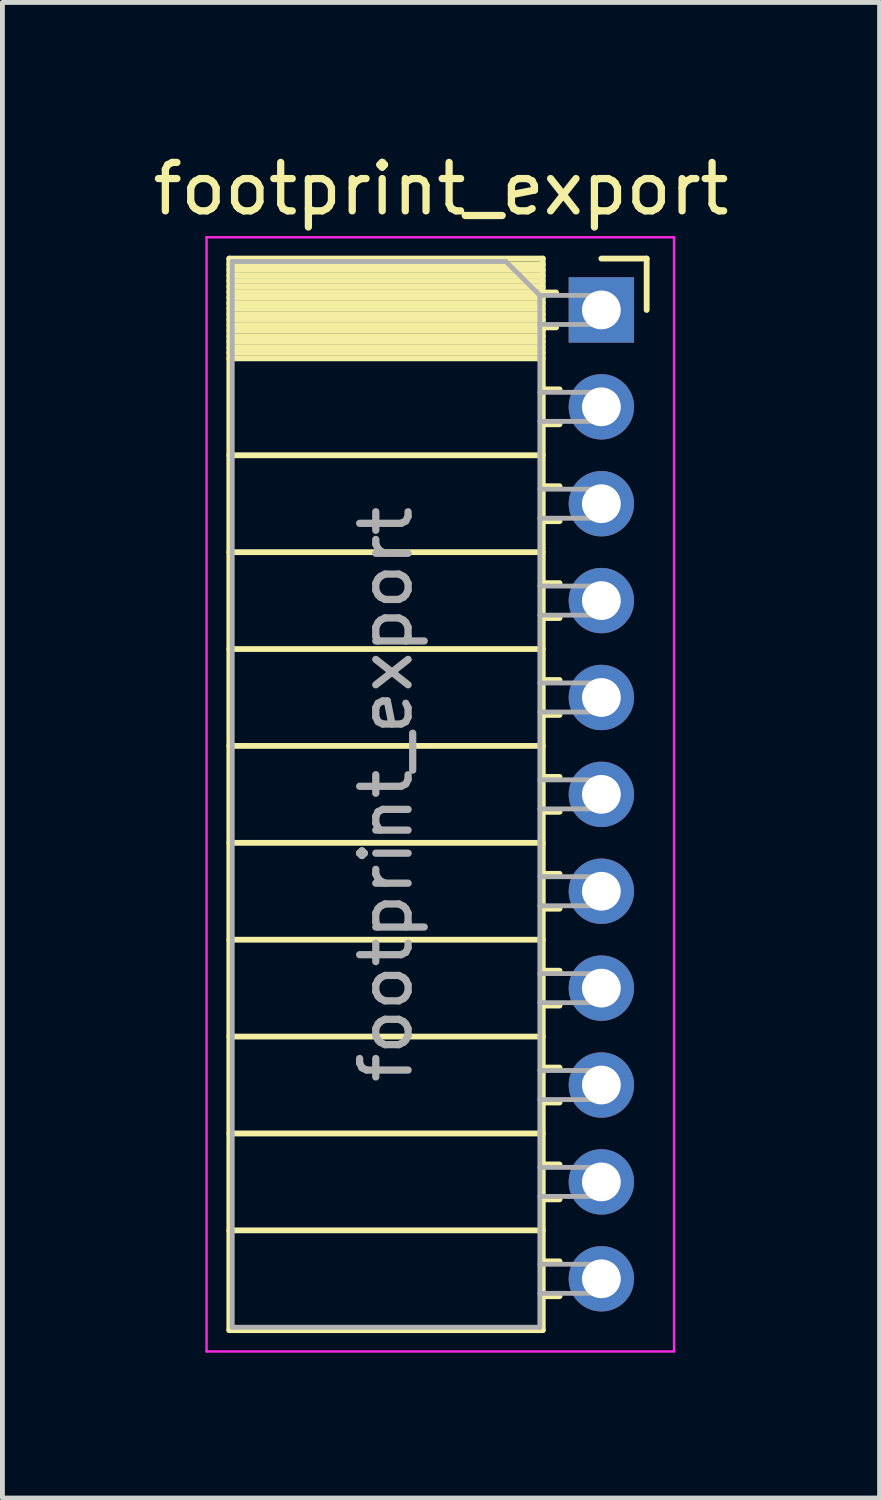
<source format=kicad_pcb>
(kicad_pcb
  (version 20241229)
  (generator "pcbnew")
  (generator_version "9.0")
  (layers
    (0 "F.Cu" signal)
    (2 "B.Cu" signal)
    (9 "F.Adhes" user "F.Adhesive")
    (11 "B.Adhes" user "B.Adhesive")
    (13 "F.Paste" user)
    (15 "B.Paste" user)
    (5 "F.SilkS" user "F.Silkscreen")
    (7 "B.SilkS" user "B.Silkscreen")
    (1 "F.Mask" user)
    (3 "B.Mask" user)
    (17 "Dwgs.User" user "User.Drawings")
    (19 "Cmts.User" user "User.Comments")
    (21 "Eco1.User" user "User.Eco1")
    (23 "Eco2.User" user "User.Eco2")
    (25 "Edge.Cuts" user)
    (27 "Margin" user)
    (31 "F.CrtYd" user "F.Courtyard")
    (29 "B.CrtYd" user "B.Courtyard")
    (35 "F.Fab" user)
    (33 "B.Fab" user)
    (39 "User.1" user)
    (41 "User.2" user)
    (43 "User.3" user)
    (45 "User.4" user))
  (footprint "footprint_export"
    (layer "F.Cu")
    (at 9.364 3.348)
    (property "Reference" "footprint_export" (at -3.31 -2.5 0) (layer "F.SilkS") (effects (font (size 1 1) (thickness 0.15))))
    (attr through_hole)
    (fp_line (start -7.68 -1.06) (end -7.68 21.06) (stroke (width 0.12) (type solid)) (layer "F.SilkS"))
    (fp_line (start -7.68 -1.06) (end -1.21 -1.06) (stroke (width 0.12) (type solid)) (layer "F.SilkS"))
    (fp_line (start -7.68 -0.94) (end -1.21 -0.94) (stroke (width 0.12) (type solid)) (layer "F.SilkS"))
    (fp_line (start -7.68 -0.826) (end -1.21 -0.826) (stroke (width 0.12) (type solid)) (layer "F.SilkS"))
    (fp_line (start -7.68 -0.712) (end -1.21 -0.712) (stroke (width 0.12) (type solid)) (layer "F.SilkS"))
    (fp_line (start -7.68 -0.598) (end -1.21 -0.598) (stroke (width 0.12) (type solid)) (layer "F.SilkS"))
    (fp_line (start -7.68 -0.484) (end -1.21 -0.484) (stroke (width 0.12) (type solid)) (layer "F.SilkS"))
    (fp_line (start -7.68 -0.369) (end -1.21 -0.369) (stroke (width 0.12) (type solid)) (layer "F.SilkS"))
    (fp_line (start -7.68 -0.255) (end -1.21 -0.255) (stroke (width 0.12) (type solid)) (layer "F.SilkS"))
    (fp_line (start -7.68 -0.141) (end -1.21 -0.141) (stroke (width 0.12) (type solid)) (layer "F.SilkS"))
    (fp_line (start -7.68 -0.027) (end -1.21 -0.027) (stroke (width 0.12) (type solid)) (layer "F.SilkS"))
    (fp_line (start -7.68 0.087) (end -1.21 0.087) (stroke (width 0.12) (type solid)) (layer "F.SilkS"))
    (fp_line (start -7.68 0.201) (end -1.21 0.201) (stroke (width 0.12) (type solid)) (layer "F.SilkS"))
    (fp_line (start -7.68 0.315) (end -1.21 0.315) (stroke (width 0.12) (type solid)) (layer "F.SilkS"))
    (fp_line (start -7.68 0.429) (end -1.21 0.429) (stroke (width 0.12) (type solid)) (layer "F.SilkS"))
    (fp_line (start -7.68 0.544) (end -1.21 0.544) (stroke (width 0.12) (type solid)) (layer "F.SilkS"))
    (fp_line (start -7.68 0.658) (end -1.21 0.658) (stroke (width 0.12) (type solid)) (layer "F.SilkS"))
    (fp_line (start -7.68 0.772) (end -1.21 0.772) (stroke (width 0.12) (type solid)) (layer "F.SilkS"))
    (fp_line (start -7.68 0.886) (end -1.21 0.886) (stroke (width 0.12) (type solid)) (layer "F.SilkS"))
    (fp_line (start -7.68 1) (end -1.21 1) (stroke (width 0.12) (type solid)) (layer "F.SilkS"))
    (fp_line (start -7.68 3) (end -1.21 3) (stroke (width 0.12) (type solid)) (layer "F.SilkS"))
    (fp_line (start -7.68 5) (end -1.21 5) (stroke (width 0.12) (type solid)) (layer "F.SilkS"))
    (fp_line (start -7.68 7) (end -1.21 7) (stroke (width 0.12) (type solid)) (layer "F.SilkS"))
    (fp_line (start -7.68 9) (end -1.21 9) (stroke (width 0.12) (type solid)) (layer "F.SilkS"))
    (fp_line (start -7.68 11) (end -1.21 11) (stroke (width 0.12) (type solid)) (layer "F.SilkS"))
    (fp_line (start -7.68 13) (end -1.21 13) (stroke (width 0.12) (type solid)) (layer "F.SilkS"))
    (fp_line (start -7.68 15) (end -1.21 15) (stroke (width 0.12) (type solid)) (layer "F.SilkS"))
    (fp_line (start -7.68 17) (end -1.21 17) (stroke (width 0.12) (type solid)) (layer "F.SilkS"))
    (fp_line (start -7.68 19) (end -1.21 19) (stroke (width 0.12) (type solid)) (layer "F.SilkS"))
    (fp_line (start -7.68 21.06) (end -1.21 21.06) (stroke (width 0.12) (type solid)) (layer "F.SilkS"))
    (fp_line (start -1.21 -1.06) (end -1.21 21.06) (stroke (width 0.12) (type solid)) (layer "F.SilkS"))
    (fp_line (start -1.21 -0.36) (end -0.935 -0.36) (stroke (width 0.12) (type solid)) (layer "F.SilkS"))
    (fp_line (start -1.21 0.36) (end -0.935 0.36) (stroke (width 0.12) (type solid)) (layer "F.SilkS"))
    (fp_line (start -1.21 1.64) (end -0.863 1.64) (stroke (width 0.12) (type solid)) (layer "F.SilkS"))
    (fp_line (start -1.21 2.36) (end -0.863 2.36) (stroke (width 0.12) (type solid)) (layer "F.SilkS"))
    (fp_line (start -1.21 3.64) (end -0.863 3.64) (stroke (width 0.12) (type solid)) (layer "F.SilkS"))
    (fp_line (start -1.21 4.36) (end -0.863 4.36) (stroke (width 0.12) (type solid)) (layer "F.SilkS"))
    (fp_line (start -1.21 5.64) (end -0.863 5.64) (stroke (width 0.12) (type solid)) (layer "F.SilkS"))
    (fp_line (start -1.21 6.36) (end -0.863 6.36) (stroke (width 0.12) (type solid)) (layer "F.SilkS"))
    (fp_line (start -1.21 7.64) (end -0.863 7.64) (stroke (width 0.12) (type solid)) (layer "F.SilkS"))
    (fp_line (start -1.21 8.36) (end -0.863 8.36) (stroke (width 0.12) (type solid)) (layer "F.SilkS"))
    (fp_line (start -1.21 9.64) (end -0.863 9.64) (stroke (width 0.12) (type solid)) (layer "F.SilkS"))
    (fp_line (start -1.21 10.36) (end -0.863 10.36) (stroke (width 0.12) (type solid)) (layer "F.SilkS"))
    (fp_line (start -1.21 11.64) (end -0.863 11.64) (stroke (width 0.12) (type solid)) (layer "F.SilkS"))
    (fp_line (start -1.21 12.36) (end -0.863 12.36) (stroke (width 0.12) (type solid)) (layer "F.SilkS"))
    (fp_line (start -1.21 13.64) (end -0.863 13.64) (stroke (width 0.12) (type solid)) (layer "F.SilkS"))
    (fp_line (start -1.21 14.36) (end -0.863 14.36) (stroke (width 0.12) (type solid)) (layer "F.SilkS"))
    (fp_line (start -1.21 15.64) (end -0.863 15.64) (stroke (width 0.12) (type solid)) (layer "F.SilkS"))
    (fp_line (start -1.21 16.36) (end -0.863 16.36) (stroke (width 0.12) (type solid)) (layer "F.SilkS"))
    (fp_line (start -1.21 17.64) (end -0.863 17.64) (stroke (width 0.12) (type solid)) (layer "F.SilkS"))
    (fp_line (start -1.21 18.36) (end -0.863 18.36) (stroke (width 0.12) (type solid)) (layer "F.SilkS"))
    (fp_line (start -1.21 19.64) (end -0.863 19.64) (stroke (width 0.12) (type solid)) (layer "F.SilkS"))
    (fp_line (start -1.21 20.36) (end -0.863 20.36) (stroke (width 0.12) (type solid)) (layer "F.SilkS"))
    (fp_line (start 0 -1.06) (end 0.935 -1.06) (stroke (width 0.12) (type solid)) (layer "F.SilkS"))
    (fp_line (start 0.935 -1.06) (end 0.935 0) (stroke (width 0.12) (type solid)) (layer "F.SilkS"))
    (fp_line (start -8.15 -1.5) (end -8.15 21.5) (stroke (width 0.05) (type solid)) (layer "F.CrtYd"))
    (fp_line (start -8.15 21.5) (end 1.5 21.5) (stroke (width 0.05) (type solid)) (layer "F.CrtYd"))
    (fp_line (start 1.5 -1.5) (end -8.15 -1.5) (stroke (width 0.05) (type solid)) (layer "F.CrtYd"))
    (fp_line (start 1.5 21.5) (end 1.5 -1.5) (stroke (width 0.05) (type solid)) (layer "F.CrtYd"))
    (fp_line (start -7.62 -1) (end -1.97 -1) (stroke (width 0.1) (type solid)) (layer "F.Fab"))
    (fp_line (start -7.62 21) (end -7.62 -1) (stroke (width 0.1) (type solid)) (layer "F.Fab"))
    (fp_line (start -1.97 -1) (end -1.27 -0.3) (stroke (width 0.1) (type solid)) (layer "F.Fab"))
    (fp_line (start -1.27 -0.3) (end -1.27 21) (stroke (width 0.1) (type solid)) (layer "F.Fab"))
    (fp_line (start -1.27 0.3) (end 0 0.3) (stroke (width 0.1) (type solid)) (layer "F.Fab"))
    (fp_line (start -1.27 2.3) (end 0 2.3) (stroke (width 0.1) (type solid)) (layer "F.Fab"))
    (fp_line (start -1.27 4.3) (end 0 4.3) (stroke (width 0.1) (type solid)) (layer "F.Fab"))
    (fp_line (start -1.27 6.3) (end 0 6.3) (stroke (width 0.1) (type solid)) (layer "F.Fab"))
    (fp_line (start -1.27 8.3) (end 0 8.3) (stroke (width 0.1) (type solid)) (layer "F.Fab"))
    (fp_line (start -1.27 10.3) (end 0 10.3) (stroke (width 0.1) (type solid)) (layer "F.Fab"))
    (fp_line (start -1.27 12.3) (end 0 12.3) (stroke (width 0.1) (type solid)) (layer "F.Fab"))
    (fp_line (start -1.27 14.3) (end 0 14.3) (stroke (width 0.1) (type solid)) (layer "F.Fab"))
    (fp_line (start -1.27 16.3) (end 0 16.3) (stroke (width 0.1) (type solid)) (layer "F.Fab"))
    (fp_line (start -1.27 18.3) (end 0 18.3) (stroke (width 0.1) (type solid)) (layer "F.Fab"))
    (fp_line (start -1.27 20.3) (end 0 20.3) (stroke (width 0.1) (type solid)) (layer "F.Fab"))
    (fp_line (start -1.27 21) (end -7.62 21) (stroke (width 0.1) (type solid)) (layer "F.Fab"))
    (fp_line (start 0 -0.3) (end -1.27 -0.3) (stroke (width 0.1) (type solid)) (layer "F.Fab"))
    (fp_line (start 0 0.3) (end 0 -0.3) (stroke (width 0.1) (type solid)) (layer "F.Fab"))
    (fp_line (start 0 1.7) (end -1.27 1.7) (stroke (width 0.1) (type solid)) (layer "F.Fab"))
    (fp_line (start 0 2.3) (end 0 1.7) (stroke (width 0.1) (type solid)) (layer "F.Fab"))
    (fp_line (start 0 3.7) (end -1.27 3.7) (stroke (width 0.1) (type solid)) (layer "F.Fab"))
    (fp_line (start 0 4.3) (end 0 3.7) (stroke (width 0.1) (type solid)) (layer "F.Fab"))
    (fp_line (start 0 5.7) (end -1.27 5.7) (stroke (width 0.1) (type solid)) (layer "F.Fab"))
    (fp_line (start 0 6.3) (end 0 5.7) (stroke (width 0.1) (type solid)) (layer "F.Fab"))
    (fp_line (start 0 7.7) (end -1.27 7.7) (stroke (width 0.1) (type solid)) (layer "F.Fab"))
    (fp_line (start 0 8.3) (end 0 7.7) (stroke (width 0.1) (type solid)) (layer "F.Fab"))
    (fp_line (start 0 9.7) (end -1.27 9.7) (stroke (width 0.1) (type solid)) (layer "F.Fab"))
    (fp_line (start 0 10.3) (end 0 9.7) (stroke (width 0.1) (type solid)) (layer "F.Fab"))
    (fp_line (start 0 11.7) (end -1.27 11.7) (stroke (width 0.1) (type solid)) (layer "F.Fab"))
    (fp_line (start 0 12.3) (end 0 11.7) (stroke (width 0.1) (type solid)) (layer "F.Fab"))
    (fp_line (start 0 13.7) (end -1.27 13.7) (stroke (width 0.1) (type solid)) (layer "F.Fab"))
    (fp_line (start 0 14.3) (end 0 13.7) (stroke (width 0.1) (type solid)) (layer "F.Fab"))
    (fp_line (start 0 15.7) (end -1.27 15.7) (stroke (width 0.1) (type solid)) (layer "F.Fab"))
    (fp_line (start 0 16.3) (end 0 15.7) (stroke (width 0.1) (type solid)) (layer "F.Fab"))
    (fp_line (start 0 17.7) (end -1.27 17.7) (stroke (width 0.1) (type solid)) (layer "F.Fab"))
    (fp_line (start 0 18.3) (end 0 17.7) (stroke (width 0.1) (type solid)) (layer "F.Fab"))
    (fp_line (start 0 19.7) (end -1.27 19.7) (stroke (width 0.1) (type solid)) (layer "F.Fab"))
    (fp_line (start 0 20.3) (end 0 19.7) (stroke (width 0.1) (type solid)) (layer "F.Fab"))
    (fp_text user "${REFERENCE}" (at -4.445 10 90) (layer "F.Fab") (effects (font (size 1 1) (thickness 0.15))))
    (pad "1" thru_hole rect (at 0 0) (size 1.35 1.35) (drill 0.8) (layers "*.Cu" "*.Mask"))
    (pad "2" thru_hole oval (at 0 2) (size 1.35 1.35) (drill 0.8) (layers "*.Cu" "*.Mask"))
    (pad "3" thru_hole oval (at 0 4) (size 1.35 1.35) (drill 0.8) (layers "*.Cu" "*.Mask"))
    (pad "4" thru_hole oval (at 0 6) (size 1.35 1.35) (drill 0.8) (layers "*.Cu" "*.Mask"))
    (pad "5" thru_hole oval (at 0 8) (size 1.35 1.35) (drill 0.8) (layers "*.Cu" "*.Mask"))
    (pad "6" thru_hole oval (at 0 10) (size 1.35 1.35) (drill 0.8) (layers "*.Cu" "*.Mask"))
    (pad "7" thru_hole oval (at 0 12) (size 1.35 1.35) (drill 0.8) (layers "*.Cu" "*.Mask"))
    (pad "8" thru_hole oval (at 0 14) (size 1.35 1.35) (drill 0.8) (layers "*.Cu" "*.Mask"))
    (pad "9" thru_hole oval (at 0 16) (size 1.35 1.35) (drill 0.8) (layers "*.Cu" "*.Mask"))
    (pad "10" thru_hole oval (at 0 18) (size 1.35 1.35) (drill 0.8) (layers "*.Cu" "*.Mask"))
    (pad "11" thru_hole oval (at 0 20) (size 1.35 1.35) (drill 0.8) (layers "*.Cu" "*.Mask")))
  (gr_rect
    (start -3 -3)
    (end 15.107 27.873)
    (stroke (width 0.1) (type default))
    (fill no)
    (layer "Edge.Cuts")))
</source>
